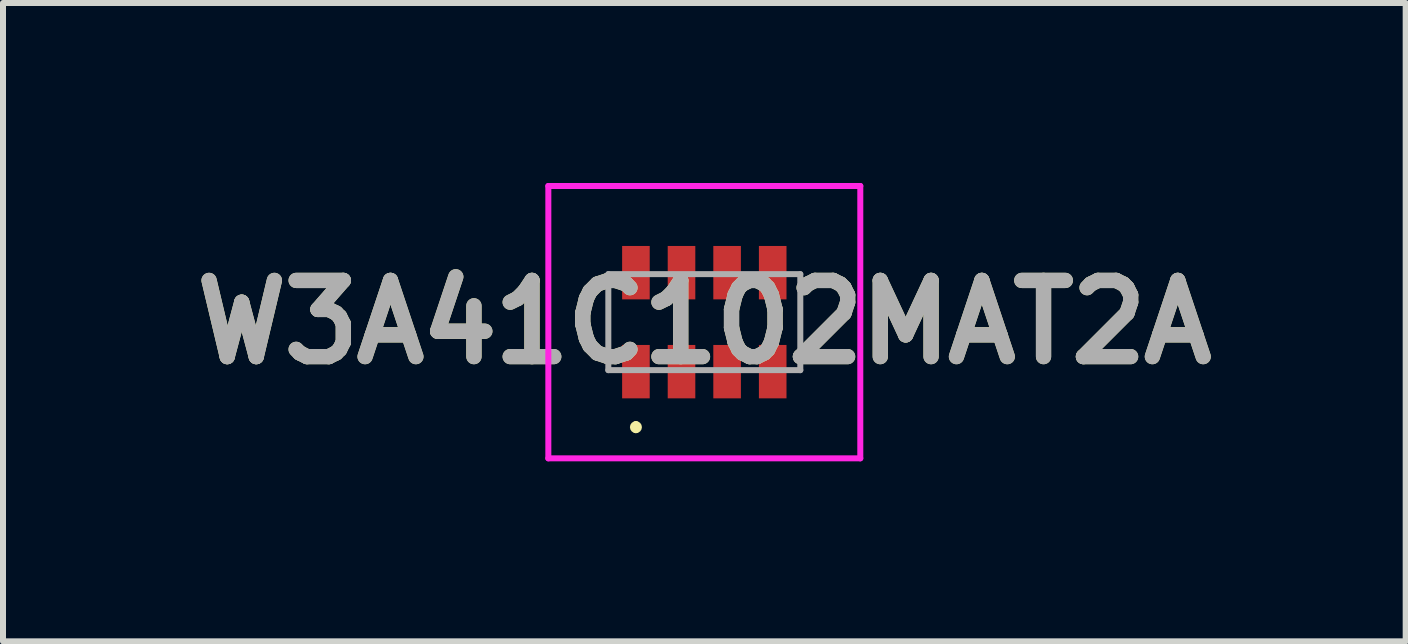
<source format=kicad_pcb>
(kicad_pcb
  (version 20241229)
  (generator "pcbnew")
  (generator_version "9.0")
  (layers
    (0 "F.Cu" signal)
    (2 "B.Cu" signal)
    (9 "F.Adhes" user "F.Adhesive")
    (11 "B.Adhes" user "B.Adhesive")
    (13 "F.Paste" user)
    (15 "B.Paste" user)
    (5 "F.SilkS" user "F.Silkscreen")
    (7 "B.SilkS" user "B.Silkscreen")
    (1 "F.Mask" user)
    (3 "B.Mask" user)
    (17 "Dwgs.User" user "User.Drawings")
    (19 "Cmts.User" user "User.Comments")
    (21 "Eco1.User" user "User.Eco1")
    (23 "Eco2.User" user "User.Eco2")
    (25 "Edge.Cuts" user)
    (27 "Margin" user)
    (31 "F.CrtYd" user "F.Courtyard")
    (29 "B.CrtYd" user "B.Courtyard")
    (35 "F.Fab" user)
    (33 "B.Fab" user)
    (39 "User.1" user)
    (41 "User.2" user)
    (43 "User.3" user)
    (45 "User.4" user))
  (footprint "W3A41C102MAT2A"
    (layer "F.Cu")
    (at 8.69 2.32)
    (property "Reference" "W3A41C102MAT2A" (at 0 0 0) (layer "F.SilkS") (effects (font (size 1.27 1.27) (thickness 0.254))))
    (attr smd)
    (fp_line (start -1.14 1.7) (end -1.14 1.7) (stroke (width 0.1) (type solid)) (layer "F.SilkS"))
    (fp_line (start -1.14 1.8) (end -1.14 1.8) (stroke (width 0.1) (type solid)) (layer "F.SilkS"))
    (fp_arc (start -1.14 1.7) (mid -1.09 1.75) (end -1.14 1.8) (stroke (width 0.1) (type solid)) (layer "F.SilkS"))
    (fp_arc (start -1.14 1.8) (mid -1.19 1.75) (end -1.14 1.7) (stroke (width 0.1) (type solid)) (layer "F.SilkS"))
    (fp_line (start -2.6 -2.27) (end 2.6 -2.27) (stroke (width 0.1) (type solid)) (layer "F.CrtYd"))
    (fp_line (start -2.6 2.27) (end -2.6 -2.27) (stroke (width 0.1) (type solid)) (layer "F.CrtYd"))
    (fp_line (start 2.6 -2.27) (end 2.6 2.27) (stroke (width 0.1) (type solid)) (layer "F.CrtYd"))
    (fp_line (start 2.6 2.27) (end -2.6 2.27) (stroke (width 0.1) (type solid)) (layer "F.CrtYd"))
    (fp_line (start -1.6 -0.8) (end 1.6 -0.8) (stroke (width 0.1) (type solid)) (layer "F.Fab"))
    (fp_line (start -1.6 0.8) (end -1.6 -0.8) (stroke (width 0.1) (type solid)) (layer "F.Fab"))
    (fp_line (start 1.6 -0.8) (end 1.6 0.8) (stroke (width 0.1) (type solid)) (layer "F.Fab"))
    (fp_line (start 1.6 0.8) (end -1.6 0.8) (stroke (width 0.1) (type solid)) (layer "F.Fab"))
    (fp_text user "${REFERENCE}" (at 0 0 0) (layer "F.Fab") (effects (font (size 1.27 1.27) (thickness 0.254))))
    (pad "1" smd rect (at -1.14 0.825) (size 0.46 0.89) (layers "F.Cu" "F.Mask" "F.Paste"))
    (pad "2" smd rect (at -0.38 0.825) (size 0.46 0.89) (layers "F.Cu" "F.Mask" "F.Paste"))
    (pad "3" smd rect (at 0.38 0.825) (size 0.46 0.89) (layers "F.Cu" "F.Mask" "F.Paste"))
    (pad "4" smd rect (at 1.14 0.825) (size 0.46 0.89) (layers "F.Cu" "F.Mask" "F.Paste"))
    (pad "5" smd rect (at 1.14 -0.825) (size 0.46 0.89) (layers "F.Cu" "F.Mask" "F.Paste"))
    (pad "6" smd rect (at 0.38 -0.825) (size 0.46 0.89) (layers "F.Cu" "F.Mask" "F.Paste"))
    (pad "7" smd rect (at -0.38 -0.825) (size 0.46 0.89) (layers "F.Cu" "F.Mask" "F.Paste"))
    (pad "8" smd rect (at -1.14 -0.825) (size 0.46 0.89) (layers "F.Cu" "F.Mask" "F.Paste")))
  (gr_rect
    (start -3 -3)
    (end 20.381 7.64)
    (stroke (width 0.1) (type default))
    (fill no)
    (layer "Edge.Cuts")))
</source>
